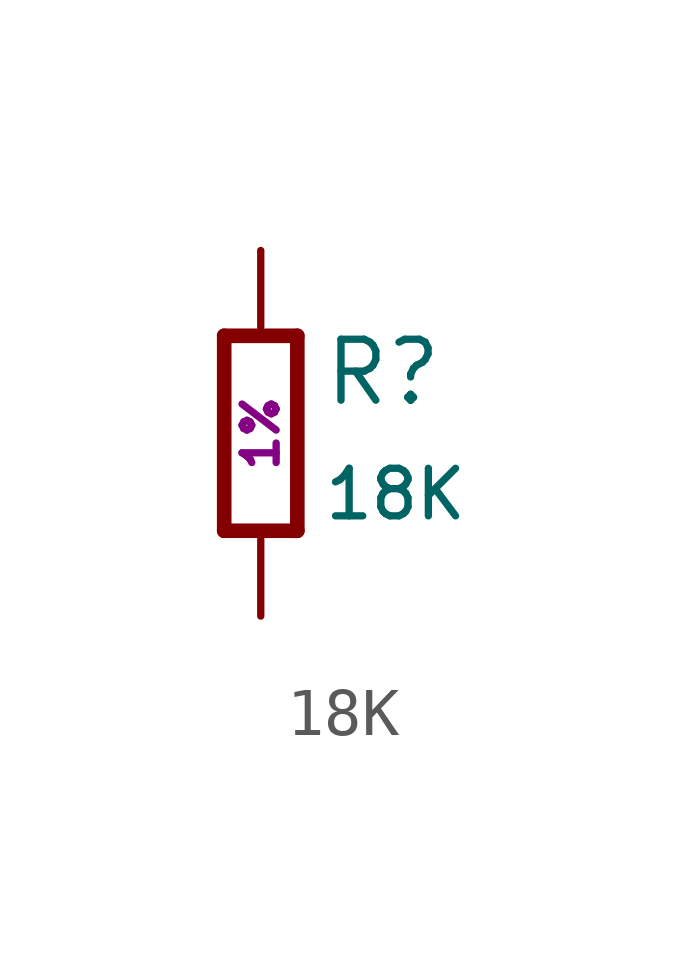
<source format=kicad_sym>
(kicad_symbol_lib
  (version 20211014)
  (generator kicad_symbol_editor)
  (symbol "18K"
    (pin_numbers hide)
    (pin_names
      (offset 0.254) hide)
    (property "Reference" "R"
      (at 1.27 1.27 0)
      (effects (font (size 1.27 1.27)) (justify left)))
    (property "Value" "18K"
      (at 1.27 -1.27 0)
      (effects (font (size 0.991 0.991)) (justify left)))
    (property "Tolerance" "1%"
      (at 0 0 90)
      (effects (font (size 0.711 0.711))))
    (symbol "18K_1_1"
      (polyline (pts (xy -0.762 -2.032) (xy -0.762 2.032)) (stroke (width 0.305) (type default) (color 0 0 0 0)) (fill (type outline)))
      (polyline (pts (xy 0.762 -2.032) (xy -0.762 -2.032)) (stroke (width 0.305) (type default) (color 0 0 0 0)) (fill (type outline)))
      (polyline (pts (xy 0.762 -2.032) (xy 0.762 2.032)) (stroke (width 0.305) (type default) (color 0 0 0 0)) (fill (type outline)))
      (polyline (pts (xy 0.762 2.032) (xy -0.762 2.032)) (stroke (width 0.305) (type default) (color 0 0 0 0)) (fill (type outline)))
      (pin passive line (at 0 3.81 270) (length 1.6) (name "~" (effects (font (size 1.27 1.27)))) (number "1" (effects (font (size 1.27 1.27)))))
      (pin passive line (at 0 -3.81 90) (length 1.6) (name "~" (effects (font (size 1.27 1.27)))) (number "2" (effects (font (size 1.27 1.27))))))))
</source>
